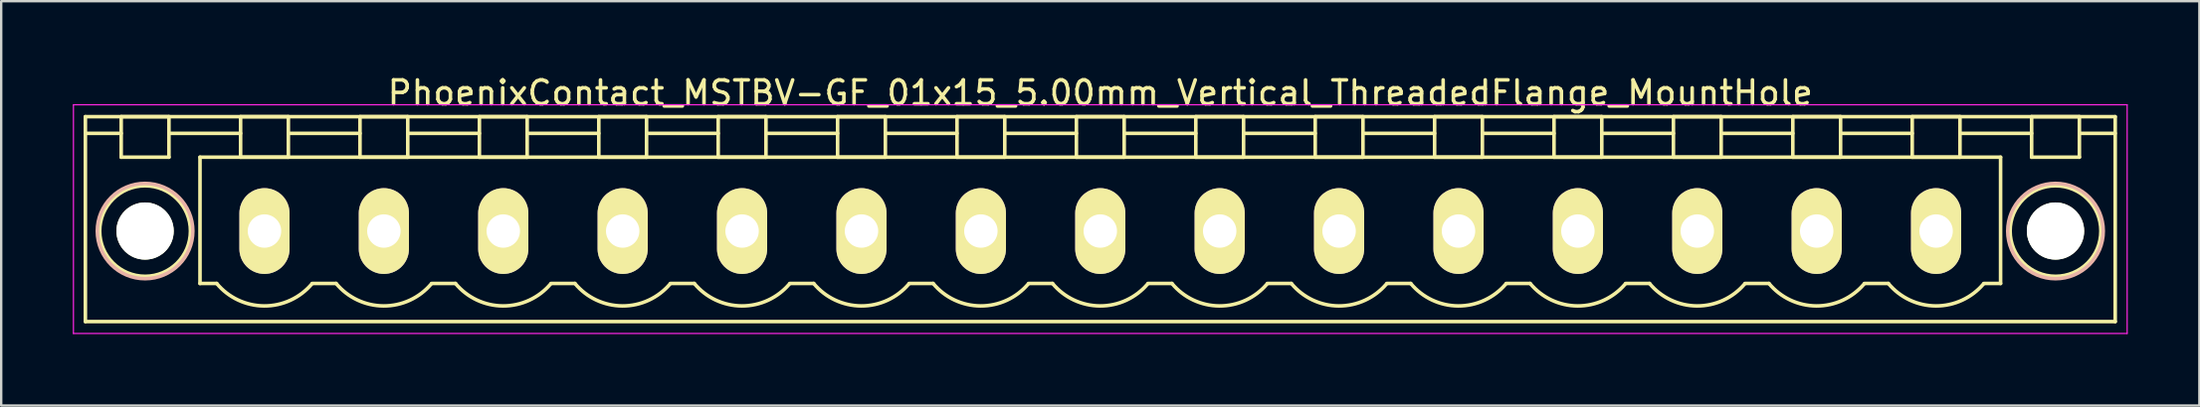
<source format=kicad_pcb>
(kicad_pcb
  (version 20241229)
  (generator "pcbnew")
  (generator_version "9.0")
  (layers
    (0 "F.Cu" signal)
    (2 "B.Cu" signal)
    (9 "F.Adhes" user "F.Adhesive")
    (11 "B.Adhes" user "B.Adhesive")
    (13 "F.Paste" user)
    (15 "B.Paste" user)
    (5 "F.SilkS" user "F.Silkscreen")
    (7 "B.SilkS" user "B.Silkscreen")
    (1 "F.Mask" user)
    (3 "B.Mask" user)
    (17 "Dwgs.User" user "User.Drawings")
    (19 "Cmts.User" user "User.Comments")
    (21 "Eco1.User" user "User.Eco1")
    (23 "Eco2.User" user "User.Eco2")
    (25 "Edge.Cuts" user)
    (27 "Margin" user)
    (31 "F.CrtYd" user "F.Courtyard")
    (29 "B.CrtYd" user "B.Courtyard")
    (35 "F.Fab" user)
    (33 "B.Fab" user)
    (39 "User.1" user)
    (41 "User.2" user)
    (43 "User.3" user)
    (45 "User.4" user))
  (footprint "PhoenixContact_MSTBV-GF_01x15_5.00mm_Vertical_ThreadedFlange_MountHole"
    (layer "F.Cu")
    (at 8.025 6.648)
    (property "Reference" "PhoenixContact_MSTBV-GF_01x15_5.00mm_Vertical_ThreadedFlange_MountHole" (at 35 -5.8 0) (layer "F.SilkS") (effects (font (size 1 1) (thickness 0.15))))
    (attr through_hole)
    (fp_line (start -7.5 -4.8) (end -7.5 3.8) (stroke (width 0.15) (type solid)) (layer "F.SilkS"))
    (fp_line (start -7.5 -4.1) (end -6 -4.1) (stroke (width 0.15) (type solid)) (layer "F.SilkS"))
    (fp_line (start -7.5 3.8) (end 77.5 3.8) (stroke (width 0.15) (type solid)) (layer "F.SilkS"))
    (fp_line (start -6 -4.8) (end -4 -4.8) (stroke (width 0.15) (type solid)) (layer "F.SilkS"))
    (fp_line (start -6 -3.1) (end -6 -4.8) (stroke (width 0.15) (type solid)) (layer "F.SilkS"))
    (fp_line (start -4 -4.8) (end -4 -3.1) (stroke (width 0.15) (type solid)) (layer "F.SilkS"))
    (fp_line (start -4 -4.1) (end -1 -4.1) (stroke (width 0.15) (type solid)) (layer "F.SilkS"))
    (fp_line (start -4 -3.1) (end -6 -3.1) (stroke (width 0.15) (type solid)) (layer "F.SilkS"))
    (fp_line (start -2.7 -3.1) (end 72.7 -3.1) (stroke (width 0.15) (type solid)) (layer "F.SilkS"))
    (fp_line (start -2.7 2.2) (end -2.7 -3.1) (stroke (width 0.15) (type solid)) (layer "F.SilkS"))
    (fp_line (start -2 2.2) (end -2.7 2.2) (stroke (width 0.15) (type solid)) (layer "F.SilkS"))
    (fp_line (start -1 -4.8) (end 1 -4.8) (stroke (width 0.15) (type solid)) (layer "F.SilkS"))
    (fp_line (start -1 -3.1) (end -1 -4.8) (stroke (width 0.15) (type solid)) (layer "F.SilkS"))
    (fp_line (start 1 -4.8) (end 1 -3.1) (stroke (width 0.15) (type solid)) (layer "F.SilkS"))
    (fp_line (start 1 -4.1) (end 4 -4.1) (stroke (width 0.15) (type solid)) (layer "F.SilkS"))
    (fp_line (start 1 -3.1) (end -1 -3.1) (stroke (width 0.15) (type solid)) (layer "F.SilkS"))
    (fp_line (start 2 2.2) (end 3 2.2) (stroke (width 0.15) (type solid)) (layer "F.SilkS"))
    (fp_line (start 4 -4.8) (end 6 -4.8) (stroke (width 0.15) (type solid)) (layer "F.SilkS"))
    (fp_line (start 4 -3.1) (end 4 -4.8) (stroke (width 0.15) (type solid)) (layer "F.SilkS"))
    (fp_line (start 6 -4.8) (end 6 -3.1) (stroke (width 0.15) (type solid)) (layer "F.SilkS"))
    (fp_line (start 6 -4.1) (end 9 -4.1) (stroke (width 0.15) (type solid)) (layer "F.SilkS"))
    (fp_line (start 6 -3.1) (end 4 -3.1) (stroke (width 0.15) (type solid)) (layer "F.SilkS"))
    (fp_line (start 7 2.2) (end 8 2.2) (stroke (width 0.15) (type solid)) (layer "F.SilkS"))
    (fp_line (start 9 -4.8) (end 11 -4.8) (stroke (width 0.15) (type solid)) (layer "F.SilkS"))
    (fp_line (start 9 -3.1) (end 9 -4.8) (stroke (width 0.15) (type solid)) (layer "F.SilkS"))
    (fp_line (start 11 -4.8) (end 11 -3.1) (stroke (width 0.15) (type solid)) (layer "F.SilkS"))
    (fp_line (start 11 -4.1) (end 14 -4.1) (stroke (width 0.15) (type solid)) (layer "F.SilkS"))
    (fp_line (start 11 -3.1) (end 9 -3.1) (stroke (width 0.15) (type solid)) (layer "F.SilkS"))
    (fp_line (start 12 2.2) (end 13 2.2) (stroke (width 0.15) (type solid)) (layer "F.SilkS"))
    (fp_line (start 14 -4.8) (end 16 -4.8) (stroke (width 0.15) (type solid)) (layer "F.SilkS"))
    (fp_line (start 14 -3.1) (end 14 -4.8) (stroke (width 0.15) (type solid)) (layer "F.SilkS"))
    (fp_line (start 16 -4.8) (end 16 -3.1) (stroke (width 0.15) (type solid)) (layer "F.SilkS"))
    (fp_line (start 16 -4.1) (end 19 -4.1) (stroke (width 0.15) (type solid)) (layer "F.SilkS"))
    (fp_line (start 16 -3.1) (end 14 -3.1) (stroke (width 0.15) (type solid)) (layer "F.SilkS"))
    (fp_line (start 17 2.2) (end 18 2.2) (stroke (width 0.15) (type solid)) (layer "F.SilkS"))
    (fp_line (start 19 -4.8) (end 21 -4.8) (stroke (width 0.15) (type solid)) (layer "F.SilkS"))
    (fp_line (start 19 -3.1) (end 19 -4.8) (stroke (width 0.15) (type solid)) (layer "F.SilkS"))
    (fp_line (start 21 -4.8) (end 21 -3.1) (stroke (width 0.15) (type solid)) (layer "F.SilkS"))
    (fp_line (start 21 -4.1) (end 24 -4.1) (stroke (width 0.15) (type solid)) (layer "F.SilkS"))
    (fp_line (start 21 -3.1) (end 19 -3.1) (stroke (width 0.15) (type solid)) (layer "F.SilkS"))
    (fp_line (start 22 2.2) (end 23 2.2) (stroke (width 0.15) (type solid)) (layer "F.SilkS"))
    (fp_line (start 24 -4.8) (end 26 -4.8) (stroke (width 0.15) (type solid)) (layer "F.SilkS"))
    (fp_line (start 24 -3.1) (end 24 -4.8) (stroke (width 0.15) (type solid)) (layer "F.SilkS"))
    (fp_line (start 26 -4.8) (end 26 -3.1) (stroke (width 0.15) (type solid)) (layer "F.SilkS"))
    (fp_line (start 26 -4.1) (end 29 -4.1) (stroke (width 0.15) (type solid)) (layer "F.SilkS"))
    (fp_line (start 26 -3.1) (end 24 -3.1) (stroke (width 0.15) (type solid)) (layer "F.SilkS"))
    (fp_line (start 27 2.2) (end 28 2.2) (stroke (width 0.15) (type solid)) (layer "F.SilkS"))
    (fp_line (start 29 -4.8) (end 31 -4.8) (stroke (width 0.15) (type solid)) (layer "F.SilkS"))
    (fp_line (start 29 -3.1) (end 29 -4.8) (stroke (width 0.15) (type solid)) (layer "F.SilkS"))
    (fp_line (start 31 -4.8) (end 31 -3.1) (stroke (width 0.15) (type solid)) (layer "F.SilkS"))
    (fp_line (start 31 -4.1) (end 34 -4.1) (stroke (width 0.15) (type solid)) (layer "F.SilkS"))
    (fp_line (start 31 -3.1) (end 29 -3.1) (stroke (width 0.15) (type solid)) (layer "F.SilkS"))
    (fp_line (start 32 2.2) (end 33 2.2) (stroke (width 0.15) (type solid)) (layer "F.SilkS"))
    (fp_line (start 34 -4.8) (end 36 -4.8) (stroke (width 0.15) (type solid)) (layer "F.SilkS"))
    (fp_line (start 34 -3.1) (end 34 -4.8) (stroke (width 0.15) (type solid)) (layer "F.SilkS"))
    (fp_line (start 36 -4.8) (end 36 -3.1) (stroke (width 0.15) (type solid)) (layer "F.SilkS"))
    (fp_line (start 36 -4.1) (end 39 -4.1) (stroke (width 0.15) (type solid)) (layer "F.SilkS"))
    (fp_line (start 36 -3.1) (end 34 -3.1) (stroke (width 0.15) (type solid)) (layer "F.SilkS"))
    (fp_line (start 37 2.2) (end 38 2.2) (stroke (width 0.15) (type solid)) (layer "F.SilkS"))
    (fp_line (start 39 -4.8) (end 41 -4.8) (stroke (width 0.15) (type solid)) (layer "F.SilkS"))
    (fp_line (start 39 -3.1) (end 39 -4.8) (stroke (width 0.15) (type solid)) (layer "F.SilkS"))
    (fp_line (start 41 -4.8) (end 41 -3.1) (stroke (width 0.15) (type solid)) (layer "F.SilkS"))
    (fp_line (start 41 -4.1) (end 44 -4.1) (stroke (width 0.15) (type solid)) (layer "F.SilkS"))
    (fp_line (start 41 -3.1) (end 39 -3.1) (stroke (width 0.15) (type solid)) (layer "F.SilkS"))
    (fp_line (start 42 2.2) (end 43 2.2) (stroke (width 0.15) (type solid)) (layer "F.SilkS"))
    (fp_line (start 44 -4.8) (end 46 -4.8) (stroke (width 0.15) (type solid)) (layer "F.SilkS"))
    (fp_line (start 44 -3.1) (end 44 -4.8) (stroke (width 0.15) (type solid)) (layer "F.SilkS"))
    (fp_line (start 46 -4.8) (end 46 -3.1) (stroke (width 0.15) (type solid)) (layer "F.SilkS"))
    (fp_line (start 46 -4.1) (end 49 -4.1) (stroke (width 0.15) (type solid)) (layer "F.SilkS"))
    (fp_line (start 46 -3.1) (end 44 -3.1) (stroke (width 0.15) (type solid)) (layer "F.SilkS"))
    (fp_line (start 47 2.2) (end 48 2.2) (stroke (width 0.15) (type solid)) (layer "F.SilkS"))
    (fp_line (start 49 -4.8) (end 51 -4.8) (stroke (width 0.15) (type solid)) (layer "F.SilkS"))
    (fp_line (start 49 -3.1) (end 49 -4.8) (stroke (width 0.15) (type solid)) (layer "F.SilkS"))
    (fp_line (start 51 -4.8) (end 51 -3.1) (stroke (width 0.15) (type solid)) (layer "F.SilkS"))
    (fp_line (start 51 -4.1) (end 54 -4.1) (stroke (width 0.15) (type solid)) (layer "F.SilkS"))
    (fp_line (start 51 -3.1) (end 49 -3.1) (stroke (width 0.15) (type solid)) (layer "F.SilkS"))
    (fp_line (start 52 2.2) (end 53 2.2) (stroke (width 0.15) (type solid)) (layer "F.SilkS"))
    (fp_line (start 54 -4.8) (end 56 -4.8) (stroke (width 0.15) (type solid)) (layer "F.SilkS"))
    (fp_line (start 54 -3.1) (end 54 -4.8) (stroke (width 0.15) (type solid)) (layer "F.SilkS"))
    (fp_line (start 56 -4.8) (end 56 -3.1) (stroke (width 0.15) (type solid)) (layer "F.SilkS"))
    (fp_line (start 56 -4.1) (end 59 -4.1) (stroke (width 0.15) (type solid)) (layer "F.SilkS"))
    (fp_line (start 56 -3.1) (end 54 -3.1) (stroke (width 0.15) (type solid)) (layer "F.SilkS"))
    (fp_line (start 57 2.2) (end 58 2.2) (stroke (width 0.15) (type solid)) (layer "F.SilkS"))
    (fp_line (start 59 -4.8) (end 61 -4.8) (stroke (width 0.15) (type solid)) (layer "F.SilkS"))
    (fp_line (start 59 -3.1) (end 59 -4.8) (stroke (width 0.15) (type solid)) (layer "F.SilkS"))
    (fp_line (start 61 -4.8) (end 61 -3.1) (stroke (width 0.15) (type solid)) (layer "F.SilkS"))
    (fp_line (start 61 -4.1) (end 64 -4.1) (stroke (width 0.15) (type solid)) (layer "F.SilkS"))
    (fp_line (start 61 -3.1) (end 59 -3.1) (stroke (width 0.15) (type solid)) (layer "F.SilkS"))
    (fp_line (start 62 2.2) (end 63 2.2) (stroke (width 0.15) (type solid)) (layer "F.SilkS"))
    (fp_line (start 64 -4.8) (end 66 -4.8) (stroke (width 0.15) (type solid)) (layer "F.SilkS"))
    (fp_line (start 64 -3.1) (end 64 -4.8) (stroke (width 0.15) (type solid)) (layer "F.SilkS"))
    (fp_line (start 66 -4.8) (end 66 -3.1) (stroke (width 0.15) (type solid)) (layer "F.SilkS"))
    (fp_line (start 66 -4.1) (end 69 -4.1) (stroke (width 0.15) (type solid)) (layer "F.SilkS"))
    (fp_line (start 66 -3.1) (end 64 -3.1) (stroke (width 0.15) (type solid)) (layer "F.SilkS"))
    (fp_line (start 67 2.2) (end 68 2.2) (stroke (width 0.15) (type solid)) (layer "F.SilkS"))
    (fp_line (start 69 -4.8) (end 71 -4.8) (stroke (width 0.15) (type solid)) (layer "F.SilkS"))
    (fp_line (start 69 -3.1) (end 69 -4.8) (stroke (width 0.15) (type solid)) (layer "F.SilkS"))
    (fp_line (start 71 -4.8) (end 71 -3.1) (stroke (width 0.15) (type solid)) (layer "F.SilkS"))
    (fp_line (start 71 -4.1) (end 74 -4.1) (stroke (width 0.15) (type solid)) (layer "F.SilkS"))
    (fp_line (start 71 -3.1) (end 69 -3.1) (stroke (width 0.15) (type solid)) (layer "F.SilkS"))
    (fp_line (start 72.7 -3.1) (end 72.7 2.2) (stroke (width 0.15) (type solid)) (layer "F.SilkS"))
    (fp_line (start 72.7 2.2) (end 72 2.2) (stroke (width 0.15) (type solid)) (layer "F.SilkS"))
    (fp_line (start 74 -4.8) (end 76 -4.8) (stroke (width 0.15) (type solid)) (layer "F.SilkS"))
    (fp_line (start 74 -3.1) (end 74 -4.8) (stroke (width 0.15) (type solid)) (layer "F.SilkS"))
    (fp_line (start 76 -4.8) (end 76 -3.1) (stroke (width 0.15) (type solid)) (layer "F.SilkS"))
    (fp_line (start 76 -3.1) (end 74 -3.1) (stroke (width 0.15) (type solid)) (layer "F.SilkS"))
    (fp_line (start 77.5 -4.8) (end -7.5 -4.8) (stroke (width 0.15) (type solid)) (layer "F.SilkS"))
    (fp_line (start 77.5 -4.1) (end 76 -4.1) (stroke (width 0.15) (type solid)) (layer "F.SilkS"))
    (fp_line (start 77.5 3.8) (end 77.5 -4.8) (stroke (width 0.15) (type solid)) (layer "F.SilkS"))
    (fp_arc (start 1.986842 2.215821) (mid -0.010289 3.142758) (end -2 2.2) (stroke (width 0.15) (type solid)) (layer "F.SilkS"))
    (fp_arc (start 6.986842 2.215821) (mid 4.989711 3.142758) (end 3 2.2) (stroke (width 0.15) (type solid)) (layer "F.SilkS"))
    (fp_arc (start 11.986842 2.215821) (mid 9.989711 3.142758) (end 8 2.2) (stroke (width 0.15) (type solid)) (layer "F.SilkS"))
    (fp_arc (start 16.986842 2.215821) (mid 14.989711 3.142758) (end 13 2.2) (stroke (width 0.15) (type solid)) (layer "F.SilkS"))
    (fp_arc (start 21.986842 2.215821) (mid 19.989711 3.142758) (end 18 2.2) (stroke (width 0.15) (type solid)) (layer "F.SilkS"))
    (fp_arc (start 26.986842 2.215821) (mid 24.989711 3.142758) (end 23 2.2) (stroke (width 0.15) (type solid)) (layer "F.SilkS"))
    (fp_arc (start 31.986842 2.215821) (mid 29.989711 3.142758) (end 28 2.2) (stroke (width 0.15) (type solid)) (layer "F.SilkS"))
    (fp_arc (start 36.986842 2.215821) (mid 34.989711 3.142758) (end 33 2.2) (stroke (width 0.15) (type solid)) (layer "F.SilkS"))
    (fp_arc (start 41.986842 2.215821) (mid 39.989711 3.142758) (end 38 2.2) (stroke (width 0.15) (type solid)) (layer "F.SilkS"))
    (fp_arc (start 46.986842 2.215821) (mid 44.989711 3.142758) (end 43 2.2) (stroke (width 0.15) (type solid)) (layer "F.SilkS"))
    (fp_arc (start 51.986842 2.215821) (mid 49.989711 3.142758) (end 48 2.2) (stroke (width 0.15) (type solid)) (layer "F.SilkS"))
    (fp_arc (start 56.986842 2.215821) (mid 54.989711 3.142758) (end 53 2.2) (stroke (width 0.15) (type solid)) (layer "F.SilkS"))
    (fp_arc (start 61.986842 2.215821) (mid 59.989711 3.142758) (end 58 2.2) (stroke (width 0.15) (type solid)) (layer "F.SilkS"))
    (fp_arc (start 66.986842 2.215821) (mid 64.989711 3.142758) (end 63 2.2) (stroke (width 0.15) (type solid)) (layer "F.SilkS"))
    (fp_arc (start 71.986842 2.215821) (mid 69.989711 3.142758) (end 68 2.2) (stroke (width 0.15) (type solid)) (layer "F.SilkS"))
    (fp_circle (center -5 0) (end -4 0) (stroke (width 0.15) (type solid)) (fill no) (layer "F.SilkS"))
    (fp_circle (center -5 0) (end -3.1 0) (stroke (width 0.15) (type solid)) (fill no) (layer "F.SilkS"))
    (fp_circle (center 75 0) (end 76 0) (stroke (width 0.15) (type solid)) (fill no) (layer "F.SilkS"))
    (fp_circle (center 75 0) (end 76.9 0) (stroke (width 0.15) (type solid)) (fill no) (layer "F.SilkS"))
    (fp_circle (center -5 0) (end -3 0) (stroke (width 0.15) (type solid)) (fill no) (layer "B.SilkS"))
    (fp_circle (center 75 0) (end 77 0) (stroke (width 0.15) (type solid)) (fill no) (layer "B.SilkS"))
    (fp_line (start -8 -5.3) (end -8 4.3) (stroke (width 0.05) (type solid)) (layer "F.CrtYd"))
    (fp_line (start -8 4.3) (end 78 4.3) (stroke (width 0.05) (type solid)) (layer "F.CrtYd"))
    (fp_line (start 78 -5.3) (end -8 -5.3) (stroke (width 0.05) (type solid)) (layer "F.CrtYd"))
    (fp_line (start 78 4.3) (end 78 -5.3) (stroke (width 0.05) (type solid)) (layer "F.CrtYd"))
    (pad "" np_thru_hole circle (at -5 0) (size 2.4 2.4) (drill 2.4) (layers "*.Cu" "*.Mask" "F.SilkS"))
    (pad "" np_thru_hole circle (at 75 0) (size 2.4 2.4) (drill 2.4) (layers "*.Cu" "*.Mask" "F.SilkS"))
    (pad "1" thru_hole oval (at 0 0) (size 2.1 3.6) (drill 1.4) (layers "*.Cu" "*.Mask" "F.SilkS"))
    (pad "2" thru_hole oval (at 5 0) (size 2.1 3.6) (drill 1.4) (layers "*.Cu" "*.Mask" "F.SilkS"))
    (pad "3" thru_hole oval (at 10 0) (size 2.1 3.6) (drill 1.4) (layers "*.Cu" "*.Mask" "F.SilkS"))
    (pad "4" thru_hole oval (at 15 0) (size 2.1 3.6) (drill 1.4) (layers "*.Cu" "*.Mask" "F.SilkS"))
    (pad "5" thru_hole oval (at 20 0) (size 2.1 3.6) (drill 1.4) (layers "*.Cu" "*.Mask" "F.SilkS"))
    (pad "6" thru_hole oval (at 25 0) (size 2.1 3.6) (drill 1.4) (layers "*.Cu" "*.Mask" "F.SilkS"))
    (pad "7" thru_hole oval (at 30 0) (size 2.1 3.6) (drill 1.4) (layers "*.Cu" "*.Mask" "F.SilkS"))
    (pad "8" thru_hole oval (at 35 0) (size 2.1 3.6) (drill 1.4) (layers "*.Cu" "*.Mask" "F.SilkS"))
    (pad "9" thru_hole oval (at 40 0) (size 2.1 3.6) (drill 1.4) (layers "*.Cu" "*.Mask" "F.SilkS"))
    (pad "10" thru_hole oval (at 45 0) (size 2.1 3.6) (drill 1.4) (layers "*.Cu" "*.Mask" "F.SilkS"))
    (pad "11" thru_hole oval (at 50 0) (size 2.1 3.6) (drill 1.4) (layers "*.Cu" "*.Mask" "F.SilkS"))
    (pad "12" thru_hole oval (at 55 0) (size 2.1 3.6) (drill 1.4) (layers "*.Cu" "*.Mask" "F.SilkS"))
    (pad "13" thru_hole oval (at 60 0) (size 2.1 3.6) (drill 1.4) (layers "*.Cu" "*.Mask" "F.SilkS"))
    (pad "14" thru_hole oval (at 65 0) (size 2.1 3.6) (drill 1.4) (layers "*.Cu" "*.Mask" "F.SilkS"))
    (pad "15" thru_hole oval (at 70 0) (size 2.1 3.6) (drill 1.4) (layers "*.Cu" "*.Mask" "F.SilkS")))
  (gr_rect
    (start -3 -3)
    (end 89.05 13.973)
    (stroke (width 0.1) (type default))
    (fill no)
    (layer "Edge.Cuts")))
</source>
